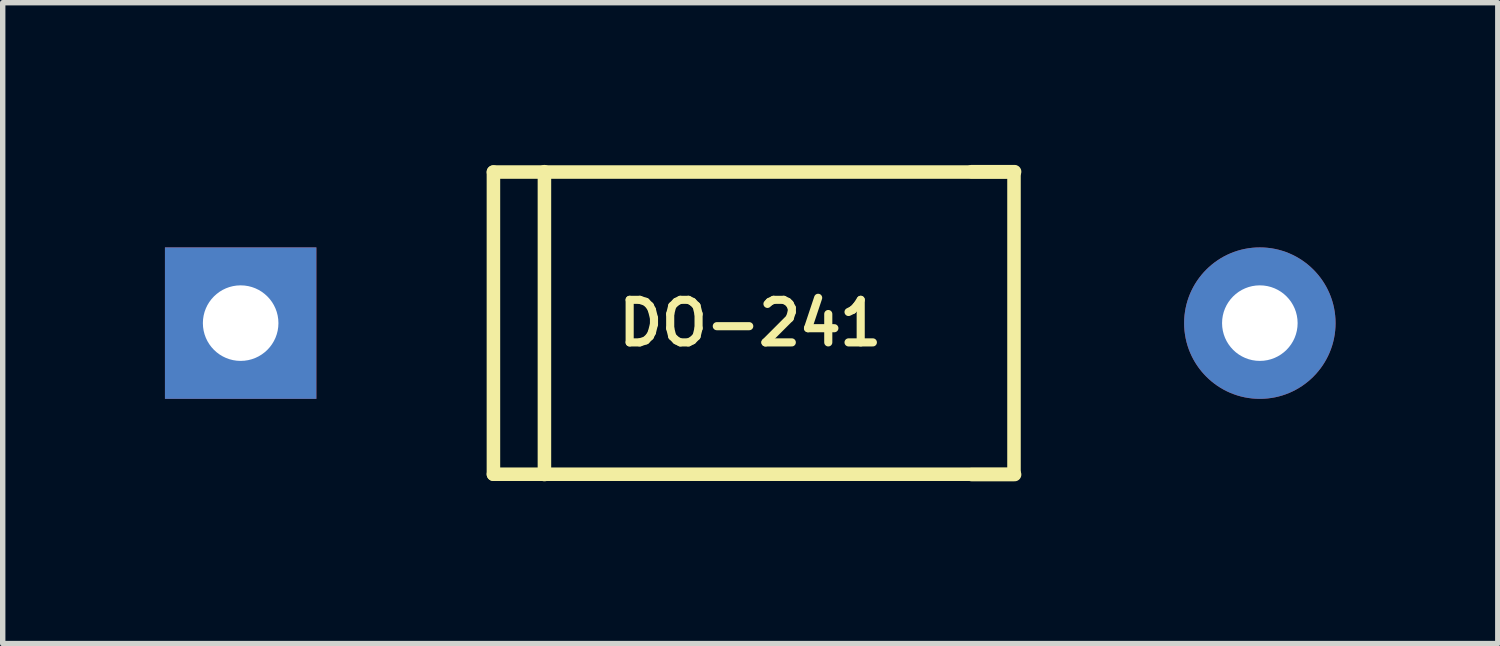
<source format=kicad_pcb>
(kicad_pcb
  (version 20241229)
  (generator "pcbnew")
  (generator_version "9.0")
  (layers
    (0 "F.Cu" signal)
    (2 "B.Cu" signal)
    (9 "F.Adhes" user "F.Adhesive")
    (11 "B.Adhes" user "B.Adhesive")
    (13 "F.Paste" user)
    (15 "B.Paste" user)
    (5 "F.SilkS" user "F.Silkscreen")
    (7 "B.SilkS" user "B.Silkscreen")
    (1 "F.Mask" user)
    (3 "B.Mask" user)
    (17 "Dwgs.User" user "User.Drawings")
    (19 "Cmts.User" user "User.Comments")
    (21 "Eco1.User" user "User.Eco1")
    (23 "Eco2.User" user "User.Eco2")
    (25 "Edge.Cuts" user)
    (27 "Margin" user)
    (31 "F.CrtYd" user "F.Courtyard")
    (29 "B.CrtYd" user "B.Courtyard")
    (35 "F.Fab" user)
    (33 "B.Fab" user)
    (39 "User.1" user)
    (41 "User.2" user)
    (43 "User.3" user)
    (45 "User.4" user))
  (footprint "DO-241"
    (layer "F.Cu")
    (at 10.823 2.925)
    (property "Reference" "DO-241" (at 0 0 0) (layer "F.SilkS") (effects (font (size 0.787 0.787) (thickness 0.15))))
    (attr through_hole)
    (fp_line (start -4.749 -2.794) (end 4.749 -2.794) (stroke (width 0.25) (type solid)) (layer "F.SilkS"))
    (fp_line (start -4.749 2.794) (end -4.749 -2.794) (stroke (width 0.25) (type solid)) (layer "F.SilkS"))
    (fp_line (start -4.749 2.794) (end 4.749 2.794) (stroke (width 0.25) (type solid)) (layer "F.SilkS"))
    (fp_line (start -3.806 -2.8) (end -3.806 2.8) (stroke (width 0.25) (type solid)) (layer "F.SilkS"))
    (fp_line (start 4.093 2.8) (end 4.888 2.8) (stroke (width 0.25) (type solid)) (layer "F.SilkS"))
    (fp_line (start 4.877 2.794) (end 4.877 -2.794) (stroke (width 0.25) (type solid)) (layer "F.SilkS"))
    (fp_line (start 4.888 -2.8) (end 4.093 -2.8) (stroke (width 0.25) (type solid)) (layer "F.SilkS"))
    (pad "1" thru_hole rect (at -9.423 0) (size 2.8 2.8) (drill 1.397) (layers "*.Cu" "*.Mask"))
    (pad "2" thru_hole circle (at 9.423 0) (size 2.8 2.8) (drill 1.397) (layers "*.Cu" "*.Mask")))
  (gr_rect
    (start -3 -3)
    (end 24.646 8.85)
    (stroke (width 0.1) (type default))
    (fill no)
    (layer "Edge.Cuts")))
</source>
